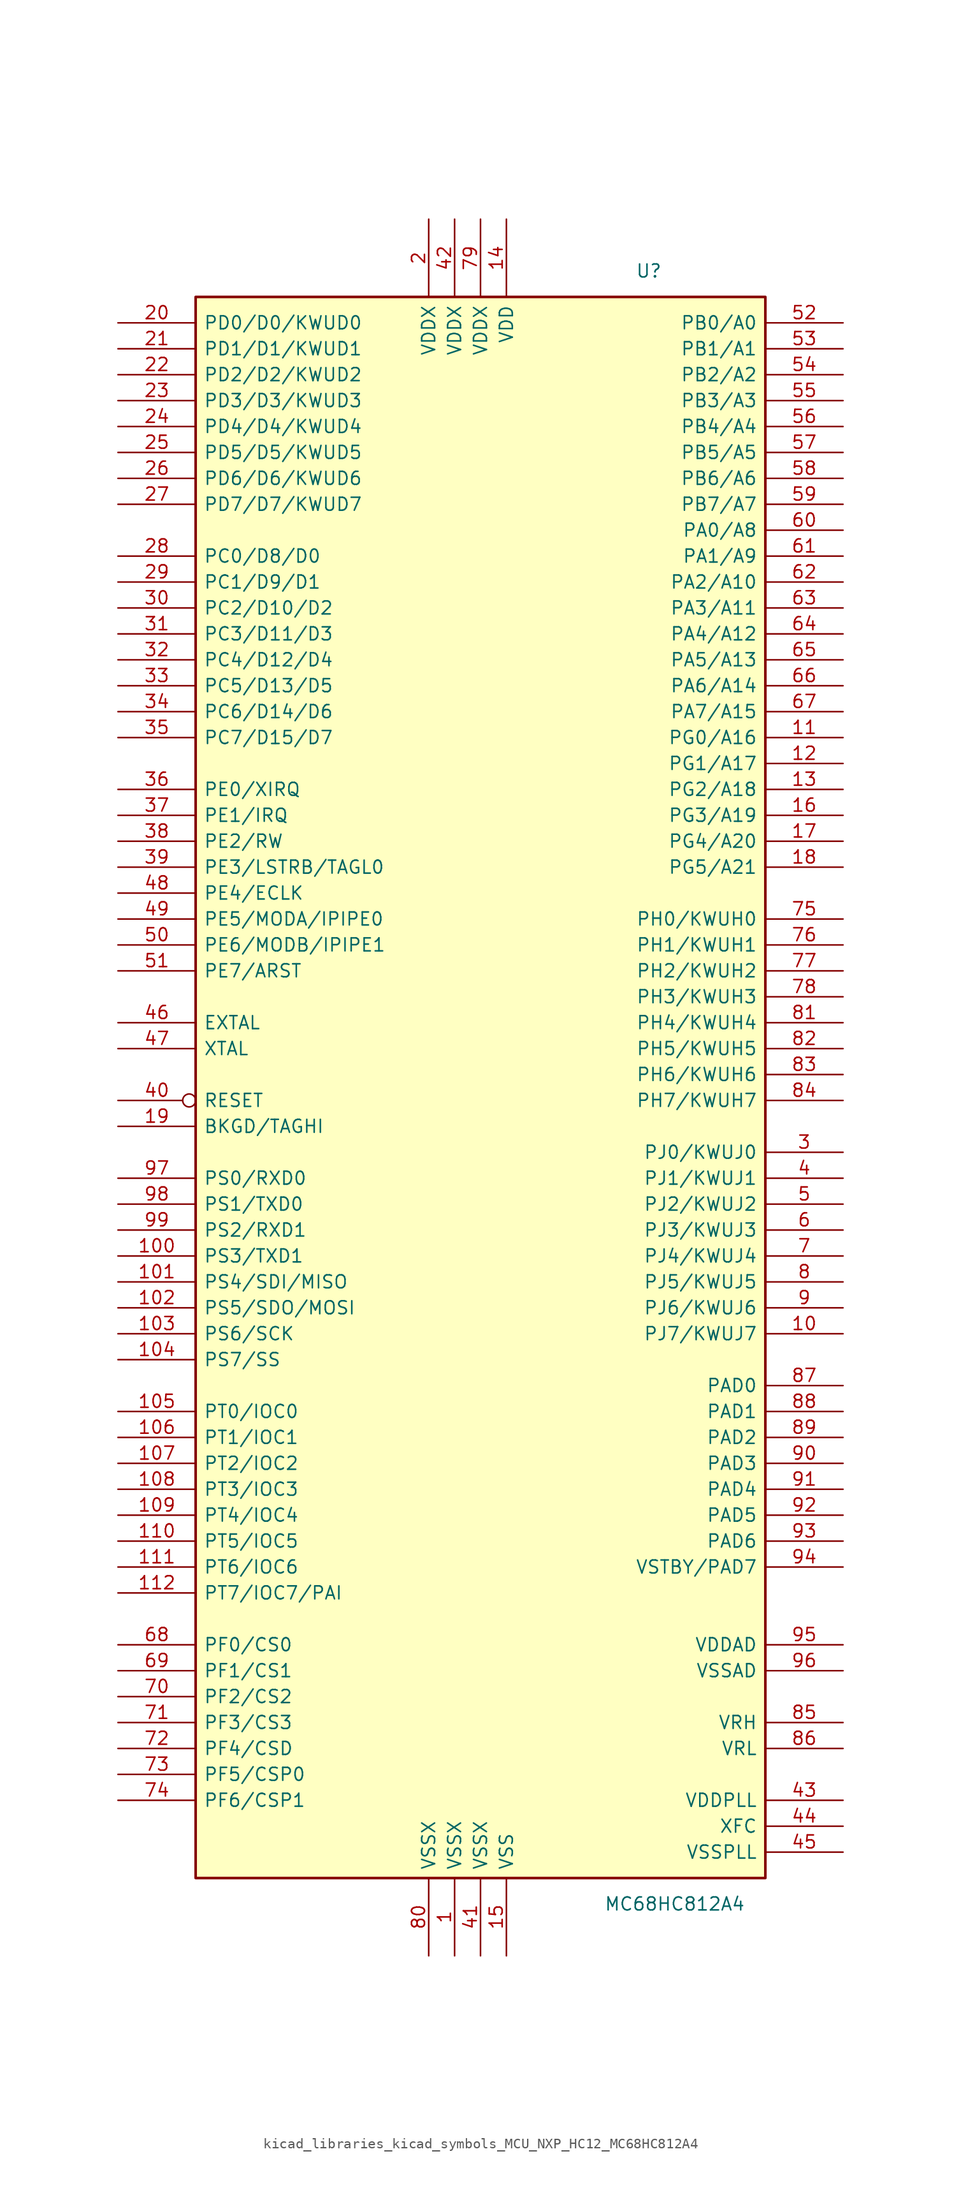
<source format=kicad_sym>
(kicad_symbol_lib
  (version 20220914)
  (generator kicad_symbol_editor)
  (symbol "kicad_libraries_kicad_symbols_MCU_NXP_HC12_MC68HC812A4"
    (pin_names
      (offset 0.762))
    (property "Reference" "U"
      (at 16.51 86.36 0)
      (effects (font (size 1.27 1.27))))
    (property "Value" "MC68HC812A4"
      (at 19.05 -73.66 0)
      (effects (font (size 1.27 1.27))))
    (symbol "kicad_libraries_kicad_symbols_MCU_NXP_HC12_MC68HC812A4_0_1"
      (rectangle (start -27.94 83.82) (end 27.94 -71.12) (stroke (width 0.254) (type default)) (fill (type background))))
    (symbol "kicad_libraries_kicad_symbols_MCU_NXP_HC12_MC68HC812A4_1_1"
      (pin power_in line (at -2.54 -78.74 90) (length 7.62) (name "VSSX" (effects (font (size 1.27 1.27)))) (number "1" (effects (font (size 1.27 1.27)))))
      (pin bidirectional line (at 35.56 -17.78 180) (length 7.62) (name "PJ7/KWUJ7" (effects (font (size 1.27 1.27)))) (number "10" (effects (font (size 1.27 1.27)))))
      (pin bidirectional line (at -35.56 -10.16 0) (length 7.62) (name "PS3/TXD1" (effects (font (size 1.27 1.27)))) (number "100" (effects (font (size 1.27 1.27)))))
      (pin bidirectional line (at -35.56 -12.7 0) (length 7.62) (name "PS4/SDI/MISO" (effects (font (size 1.27 1.27)))) (number "101" (effects (font (size 1.27 1.27)))))
      (pin bidirectional line (at -35.56 -15.24 0) (length 7.62) (name "PS5/SDO/MOSI" (effects (font (size 1.27 1.27)))) (number "102" (effects (font (size 1.27 1.27)))))
      (pin bidirectional line (at -35.56 -17.78 0) (length 7.62) (name "PS6/SCK" (effects (font (size 1.27 1.27)))) (number "103" (effects (font (size 1.27 1.27)))))
      (pin bidirectional line (at -35.56 -20.32 0) (length 7.62) (name "PS7/SS" (effects (font (size 1.27 1.27)))) (number "104" (effects (font (size 1.27 1.27)))))
      (pin bidirectional line (at -35.56 -25.4 0) (length 7.62) (name "PT0/IOC0" (effects (font (size 1.27 1.27)))) (number "105" (effects (font (size 1.27 1.27)))))
      (pin bidirectional line (at -35.56 -27.94 0) (length 7.62) (name "PT1/IOC1" (effects (font (size 1.27 1.27)))) (number "106" (effects (font (size 1.27 1.27)))))
      (pin bidirectional line (at -35.56 -30.48 0) (length 7.62) (name "PT2/IOC2" (effects (font (size 1.27 1.27)))) (number "107" (effects (font (size 1.27 1.27)))))
      (pin bidirectional line (at -35.56 -33.02 0) (length 7.62) (name "PT3/IOC3" (effects (font (size 1.27 1.27)))) (number "108" (effects (font (size 1.27 1.27)))))
      (pin bidirectional line (at -35.56 -35.56 0) (length 7.62) (name "PT4/IOC4" (effects (font (size 1.27 1.27)))) (number "109" (effects (font (size 1.27 1.27)))))
      (pin bidirectional line (at 35.56 40.64 180) (length 7.62) (name "PG0/A16" (effects (font (size 1.27 1.27)))) (number "11" (effects (font (size 1.27 1.27)))))
      (pin bidirectional line (at -35.56 -38.1 0) (length 7.62) (name "PT5/IOC5" (effects (font (size 1.27 1.27)))) (number "110" (effects (font (size 1.27 1.27)))))
      (pin bidirectional line (at -35.56 -40.64 0) (length 7.62) (name "PT6/IOC6" (effects (font (size 1.27 1.27)))) (number "111" (effects (font (size 1.27 1.27)))))
      (pin bidirectional line (at -35.56 -43.18 0) (length 7.62) (name "PT7/IOC7/PAI" (effects (font (size 1.27 1.27)))) (number "112" (effects (font (size 1.27 1.27)))))
      (pin bidirectional line (at 35.56 38.1 180) (length 7.62) (name "PG1/A17" (effects (font (size 1.27 1.27)))) (number "12" (effects (font (size 1.27 1.27)))))
      (pin bidirectional line (at 35.56 35.56 180) (length 7.62) (name "PG2/A18" (effects (font (size 1.27 1.27)))) (number "13" (effects (font (size 1.27 1.27)))))
      (pin power_in line (at 2.54 91.44 270) (length 7.62) (name "VDD" (effects (font (size 1.27 1.27)))) (number "14" (effects (font (size 1.27 1.27)))))
      (pin power_in line (at 2.54 -78.74 90) (length 7.62) (name "VSS" (effects (font (size 1.27 1.27)))) (number "15" (effects (font (size 1.27 1.27)))))
      (pin bidirectional line (at 35.56 33.02 180) (length 7.62) (name "PG3/A19" (effects (font (size 1.27 1.27)))) (number "16" (effects (font (size 1.27 1.27)))))
      (pin bidirectional line (at 35.56 30.48 180) (length 7.62) (name "PG4/A20" (effects (font (size 1.27 1.27)))) (number "17" (effects (font (size 1.27 1.27)))))
      (pin bidirectional line (at 35.56 27.94 180) (length 7.62) (name "PG5/A21" (effects (font (size 1.27 1.27)))) (number "18" (effects (font (size 1.27 1.27)))))
      (pin bidirectional line (at -35.56 2.54 0) (length 7.62) (name "BKGD/TAGHI" (effects (font (size 1.27 1.27)))) (number "19" (effects (font (size 1.27 1.27)))))
      (pin power_in line (at -5.08 91.44 270) (length 7.62) (name "VDDX" (effects (font (size 1.27 1.27)))) (number "2" (effects (font (size 1.27 1.27)))))
      (pin bidirectional line (at -35.56 81.28 0) (length 7.62) (name "PD0/D0/KWUD0" (effects (font (size 1.27 1.27)))) (number "20" (effects (font (size 1.27 1.27)))))
      (pin bidirectional line (at -35.56 78.74 0) (length 7.62) (name "PD1/D1/KWUD1" (effects (font (size 1.27 1.27)))) (number "21" (effects (font (size 1.27 1.27)))))
      (pin bidirectional line (at -35.56 76.2 0) (length 7.62) (name "PD2/D2/KWUD2" (effects (font (size 1.27 1.27)))) (number "22" (effects (font (size 1.27 1.27)))))
      (pin bidirectional line (at -35.56 73.66 0) (length 7.62) (name "PD3/D3/KWUD3" (effects (font (size 1.27 1.27)))) (number "23" (effects (font (size 1.27 1.27)))))
      (pin bidirectional line (at -35.56 71.12 0) (length 7.62) (name "PD4/D4/KWUD4" (effects (font (size 1.27 1.27)))) (number "24" (effects (font (size 1.27 1.27)))))
      (pin bidirectional line (at -35.56 68.58 0) (length 7.62) (name "PD5/D5/KWUD5" (effects (font (size 1.27 1.27)))) (number "25" (effects (font (size 1.27 1.27)))))
      (pin bidirectional line (at -35.56 66.04 0) (length 7.62) (name "PD6/D6/KWUD6" (effects (font (size 1.27 1.27)))) (number "26" (effects (font (size 1.27 1.27)))))
      (pin bidirectional line (at -35.56 63.5 0) (length 7.62) (name "PD7/D7/KWUD7" (effects (font (size 1.27 1.27)))) (number "27" (effects (font (size 1.27 1.27)))))
      (pin bidirectional line (at -35.56 58.42 0) (length 7.62) (name "PC0/D8/D0" (effects (font (size 1.27 1.27)))) (number "28" (effects (font (size 1.27 1.27)))))
      (pin bidirectional line (at -35.56 55.88 0) (length 7.62) (name "PC1/D9/D1" (effects (font (size 1.27 1.27)))) (number "29" (effects (font (size 1.27 1.27)))))
      (pin bidirectional line (at 35.56 0 180) (length 7.62) (name "PJ0/KWUJ0" (effects (font (size 1.27 1.27)))) (number "3" (effects (font (size 1.27 1.27)))))
      (pin bidirectional line (at -35.56 53.34 0) (length 7.62) (name "PC2/D10/D2" (effects (font (size 1.27 1.27)))) (number "30" (effects (font (size 1.27 1.27)))))
      (pin bidirectional line (at -35.56 50.8 0) (length 7.62) (name "PC3/D11/D3" (effects (font (size 1.27 1.27)))) (number "31" (effects (font (size 1.27 1.27)))))
      (pin bidirectional line (at -35.56 48.26 0) (length 7.62) (name "PC4/D12/D4" (effects (font (size 1.27 1.27)))) (number "32" (effects (font (size 1.27 1.27)))))
      (pin bidirectional line (at -35.56 45.72 0) (length 7.62) (name "PC5/D13/D5" (effects (font (size 1.27 1.27)))) (number "33" (effects (font (size 1.27 1.27)))))
      (pin bidirectional line (at -35.56 43.18 0) (length 7.62) (name "PC6/D14/D6" (effects (font (size 1.27 1.27)))) (number "34" (effects (font (size 1.27 1.27)))))
      (pin bidirectional line (at -35.56 40.64 0) (length 7.62) (name "PC7/D15/D7" (effects (font (size 1.27 1.27)))) (number "35" (effects (font (size 1.27 1.27)))))
      (pin input line (at -35.56 35.56 0) (length 7.62) (name "PE0/XIRQ" (effects (font (size 1.27 1.27)))) (number "36" (effects (font (size 1.27 1.27)))))
      (pin input line (at -35.56 33.02 0) (length 7.62) (name "PE1/IRQ" (effects (font (size 1.27 1.27)))) (number "37" (effects (font (size 1.27 1.27)))))
      (pin bidirectional line (at -35.56 30.48 0) (length 7.62) (name "PE2/RW" (effects (font (size 1.27 1.27)))) (number "38" (effects (font (size 1.27 1.27)))))
      (pin bidirectional line (at -35.56 27.94 0) (length 7.62) (name "PE3/LSTRB/TAGL0" (effects (font (size 1.27 1.27)))) (number "39" (effects (font (size 1.27 1.27)))))
      (pin bidirectional line (at 35.56 -2.54 180) (length 7.62) (name "PJ1/KWUJ1" (effects (font (size 1.27 1.27)))) (number "4" (effects (font (size 1.27 1.27)))))
      (pin bidirectional inverted (at -35.56 5.08 0) (length 7.62) (name "RESET" (effects (font (size 1.27 1.27)))) (number "40" (effects (font (size 1.27 1.27)))))
      (pin power_in line (at 0 -78.74 90) (length 7.62) (name "VSSX" (effects (font (size 1.27 1.27)))) (number "41" (effects (font (size 1.27 1.27)))))
      (pin power_in line (at -2.54 91.44 270) (length 7.62) (name "VDDX" (effects (font (size 1.27 1.27)))) (number "42" (effects (font (size 1.27 1.27)))))
      (pin input line (at 35.56 -63.5 180) (length 7.62) (name "VDDPLL" (effects (font (size 1.27 1.27)))) (number "43" (effects (font (size 1.27 1.27)))))
      (pin passive line (at 35.56 -66.04 180) (length 7.62) (name "XFC" (effects (font (size 1.27 1.27)))) (number "44" (effects (font (size 1.27 1.27)))))
      (pin input line (at 35.56 -68.58 180) (length 7.62) (name "VSSPLL" (effects (font (size 1.27 1.27)))) (number "45" (effects (font (size 1.27 1.27)))))
      (pin input line (at -35.56 12.7 0) (length 7.62) (name "EXTAL" (effects (font (size 1.27 1.27)))) (number "46" (effects (font (size 1.27 1.27)))))
      (pin output line (at -35.56 10.16 0) (length 7.62) (name "XTAL" (effects (font (size 1.27 1.27)))) (number "47" (effects (font (size 1.27 1.27)))))
      (pin bidirectional line (at -35.56 25.4 0) (length 7.62) (name "PE4/ECLK" (effects (font (size 1.27 1.27)))) (number "48" (effects (font (size 1.27 1.27)))))
      (pin bidirectional line (at -35.56 22.86 0) (length 7.62) (name "PE5/MODA/IPIPE0" (effects (font (size 1.27 1.27)))) (number "49" (effects (font (size 1.27 1.27)))))
      (pin bidirectional line (at 35.56 -5.08 180) (length 7.62) (name "PJ2/KWUJ2" (effects (font (size 1.27 1.27)))) (number "5" (effects (font (size 1.27 1.27)))))
      (pin bidirectional line (at -35.56 20.32 0) (length 7.62) (name "PE6/MODB/IPIPE1" (effects (font (size 1.27 1.27)))) (number "50" (effects (font (size 1.27 1.27)))))
      (pin bidirectional line (at -35.56 17.78 0) (length 7.62) (name "PE7/ARST" (effects (font (size 1.27 1.27)))) (number "51" (effects (font (size 1.27 1.27)))))
      (pin bidirectional line (at 35.56 81.28 180) (length 7.62) (name "PB0/A0" (effects (font (size 1.27 1.27)))) (number "52" (effects (font (size 1.27 1.27)))))
      (pin bidirectional line (at 35.56 78.74 180) (length 7.62) (name "PB1/A1" (effects (font (size 1.27 1.27)))) (number "53" (effects (font (size 1.27 1.27)))))
      (pin bidirectional line (at 35.56 76.2 180) (length 7.62) (name "PB2/A2" (effects (font (size 1.27 1.27)))) (number "54" (effects (font (size 1.27 1.27)))))
      (pin bidirectional line (at 35.56 73.66 180) (length 7.62) (name "PB3/A3" (effects (font (size 1.27 1.27)))) (number "55" (effects (font (size 1.27 1.27)))))
      (pin bidirectional line (at 35.56 71.12 180) (length 7.62) (name "PB4/A4" (effects (font (size 1.27 1.27)))) (number "56" (effects (font (size 1.27 1.27)))))
      (pin bidirectional line (at 35.56 68.58 180) (length 7.62) (name "PB5/A5" (effects (font (size 1.27 1.27)))) (number "57" (effects (font (size 1.27 1.27)))))
      (pin bidirectional line (at 35.56 66.04 180) (length 7.62) (name "PB6/A6" (effects (font (size 1.27 1.27)))) (number "58" (effects (font (size 1.27 1.27)))))
      (pin bidirectional line (at 35.56 63.5 180) (length 7.62) (name "PB7/A7" (effects (font (size 1.27 1.27)))) (number "59" (effects (font (size 1.27 1.27)))))
      (pin bidirectional line (at 35.56 -7.62 180) (length 7.62) (name "PJ3/KWUJ3" (effects (font (size 1.27 1.27)))) (number "6" (effects (font (size 1.27 1.27)))))
      (pin bidirectional line (at 35.56 60.96 180) (length 7.62) (name "PA0/A8" (effects (font (size 1.27 1.27)))) (number "60" (effects (font (size 1.27 1.27)))))
      (pin bidirectional line (at 35.56 58.42 180) (length 7.62) (name "PA1/A9" (effects (font (size 1.27 1.27)))) (number "61" (effects (font (size 1.27 1.27)))))
      (pin bidirectional line (at 35.56 55.88 180) (length 7.62) (name "PA2/A10" (effects (font (size 1.27 1.27)))) (number "62" (effects (font (size 1.27 1.27)))))
      (pin bidirectional line (at 35.56 53.34 180) (length 7.62) (name "PA3/A11" (effects (font (size 1.27 1.27)))) (number "63" (effects (font (size 1.27 1.27)))))
      (pin bidirectional line (at 35.56 50.8 180) (length 7.62) (name "PA4/A12" (effects (font (size 1.27 1.27)))) (number "64" (effects (font (size 1.27 1.27)))))
      (pin bidirectional line (at 35.56 48.26 180) (length 7.62) (name "PA5/A13" (effects (font (size 1.27 1.27)))) (number "65" (effects (font (size 1.27 1.27)))))
      (pin bidirectional line (at 35.56 45.72 180) (length 7.62) (name "PA6/A14" (effects (font (size 1.27 1.27)))) (number "66" (effects (font (size 1.27 1.27)))))
      (pin bidirectional line (at 35.56 43.18 180) (length 7.62) (name "PA7/A15" (effects (font (size 1.27 1.27)))) (number "67" (effects (font (size 1.27 1.27)))))
      (pin bidirectional line (at -35.56 -48.26 0) (length 7.62) (name "PF0/CS0" (effects (font (size 1.27 1.27)))) (number "68" (effects (font (size 1.27 1.27)))))
      (pin bidirectional line (at -35.56 -50.8 0) (length 7.62) (name "PF1/CS1" (effects (font (size 1.27 1.27)))) (number "69" (effects (font (size 1.27 1.27)))))
      (pin bidirectional line (at 35.56 -10.16 180) (length 7.62) (name "PJ4/KWUJ4" (effects (font (size 1.27 1.27)))) (number "7" (effects (font (size 1.27 1.27)))))
      (pin bidirectional line (at -35.56 -53.34 0) (length 7.62) (name "PF2/CS2" (effects (font (size 1.27 1.27)))) (number "70" (effects (font (size 1.27 1.27)))))
      (pin bidirectional line (at -35.56 -55.88 0) (length 7.62) (name "PF3/CS3" (effects (font (size 1.27 1.27)))) (number "71" (effects (font (size 1.27 1.27)))))
      (pin bidirectional line (at -35.56 -58.42 0) (length 7.62) (name "PF4/CSD" (effects (font (size 1.27 1.27)))) (number "72" (effects (font (size 1.27 1.27)))))
      (pin bidirectional line (at -35.56 -60.96 0) (length 7.62) (name "PF5/CSP0" (effects (font (size 1.27 1.27)))) (number "73" (effects (font (size 1.27 1.27)))))
      (pin bidirectional line (at -35.56 -63.5 0) (length 7.62) (name "PF6/CSP1" (effects (font (size 1.27 1.27)))) (number "74" (effects (font (size 1.27 1.27)))))
      (pin bidirectional line (at 35.56 22.86 180) (length 7.62) (name "PH0/KWUH0" (effects (font (size 1.27 1.27)))) (number "75" (effects (font (size 1.27 1.27)))))
      (pin bidirectional line (at 35.56 20.32 180) (length 7.62) (name "PH1/KWUH1" (effects (font (size 1.27 1.27)))) (number "76" (effects (font (size 1.27 1.27)))))
      (pin bidirectional line (at 35.56 17.78 180) (length 7.62) (name "PH2/KWUH2" (effects (font (size 1.27 1.27)))) (number "77" (effects (font (size 1.27 1.27)))))
      (pin bidirectional line (at 35.56 15.24 180) (length 7.62) (name "PH3/KWUH3" (effects (font (size 1.27 1.27)))) (number "78" (effects (font (size 1.27 1.27)))))
      (pin power_in line (at 0 91.44 270) (length 7.62) (name "VDDX" (effects (font (size 1.27 1.27)))) (number "79" (effects (font (size 1.27 1.27)))))
      (pin bidirectional line (at 35.56 -12.7 180) (length 7.62) (name "PJ5/KWUJ5" (effects (font (size 1.27 1.27)))) (number "8" (effects (font (size 1.27 1.27)))))
      (pin power_in line (at -5.08 -78.74 90) (length 7.62) (name "VSSX" (effects (font (size 1.27 1.27)))) (number "80" (effects (font (size 1.27 1.27)))))
      (pin bidirectional line (at 35.56 12.7 180) (length 7.62) (name "PH4/KWUH4" (effects (font (size 1.27 1.27)))) (number "81" (effects (font (size 1.27 1.27)))))
      (pin bidirectional line (at 35.56 10.16 180) (length 7.62) (name "PH5/KWUH5" (effects (font (size 1.27 1.27)))) (number "82" (effects (font (size 1.27 1.27)))))
      (pin bidirectional line (at 35.56 7.62 180) (length 7.62) (name "PH6/KWUH6" (effects (font (size 1.27 1.27)))) (number "83" (effects (font (size 1.27 1.27)))))
      (pin bidirectional line (at 35.56 5.08 180) (length 7.62) (name "PH7/KWUH7" (effects (font (size 1.27 1.27)))) (number "84" (effects (font (size 1.27 1.27)))))
      (pin input line (at 35.56 -55.88 180) (length 7.62) (name "VRH" (effects (font (size 1.27 1.27)))) (number "85" (effects (font (size 1.27 1.27)))))
      (pin input line (at 35.56 -58.42 180) (length 7.62) (name "VRL" (effects (font (size 1.27 1.27)))) (number "86" (effects (font (size 1.27 1.27)))))
      (pin input line (at 35.56 -22.86 180) (length 7.62) (name "PAD0" (effects (font (size 1.27 1.27)))) (number "87" (effects (font (size 1.27 1.27)))))
      (pin input line (at 35.56 -25.4 180) (length 7.62) (name "PAD1" (effects (font (size 1.27 1.27)))) (number "88" (effects (font (size 1.27 1.27)))))
      (pin input line (at 35.56 -27.94 180) (length 7.62) (name "PAD2" (effects (font (size 1.27 1.27)))) (number "89" (effects (font (size 1.27 1.27)))))
      (pin bidirectional line (at 35.56 -15.24 180) (length 7.62) (name "PJ6/KWUJ6" (effects (font (size 1.27 1.27)))) (number "9" (effects (font (size 1.27 1.27)))))
      (pin input line (at 35.56 -30.48 180) (length 7.62) (name "PAD3" (effects (font (size 1.27 1.27)))) (number "90" (effects (font (size 1.27 1.27)))))
      (pin input line (at 35.56 -33.02 180) (length 7.62) (name "PAD4" (effects (font (size 1.27 1.27)))) (number "91" (effects (font (size 1.27 1.27)))))
      (pin input line (at 35.56 -35.56 180) (length 7.62) (name "PAD5" (effects (font (size 1.27 1.27)))) (number "92" (effects (font (size 1.27 1.27)))))
      (pin input line (at 35.56 -38.1 180) (length 7.62) (name "PAD6" (effects (font (size 1.27 1.27)))) (number "93" (effects (font (size 1.27 1.27)))))
      (pin input line (at 35.56 -40.64 180) (length 7.62) (name "VSTBY/PAD7" (effects (font (size 1.27 1.27)))) (number "94" (effects (font (size 1.27 1.27)))))
      (pin input line (at 35.56 -48.26 180) (length 7.62) (name "VDDAD" (effects (font (size 1.27 1.27)))) (number "95" (effects (font (size 1.27 1.27)))))
      (pin input line (at 35.56 -50.8 180) (length 7.62) (name "VSSAD" (effects (font (size 1.27 1.27)))) (number "96" (effects (font (size 1.27 1.27)))))
      (pin bidirectional line (at -35.56 -2.54 0) (length 7.62) (name "PS0/RXD0" (effects (font (size 1.27 1.27)))) (number "97" (effects (font (size 1.27 1.27)))))
      (pin bidirectional line (at -35.56 -5.08 0) (length 7.62) (name "PS1/TXD0" (effects (font (size 1.27 1.27)))) (number "98" (effects (font (size 1.27 1.27)))))
      (pin bidirectional line (at -35.56 -7.62 0) (length 7.62) (name "PS2/RXD1" (effects (font (size 1.27 1.27)))) (number "99" (effects (font (size 1.27 1.27))))))))
</source>
